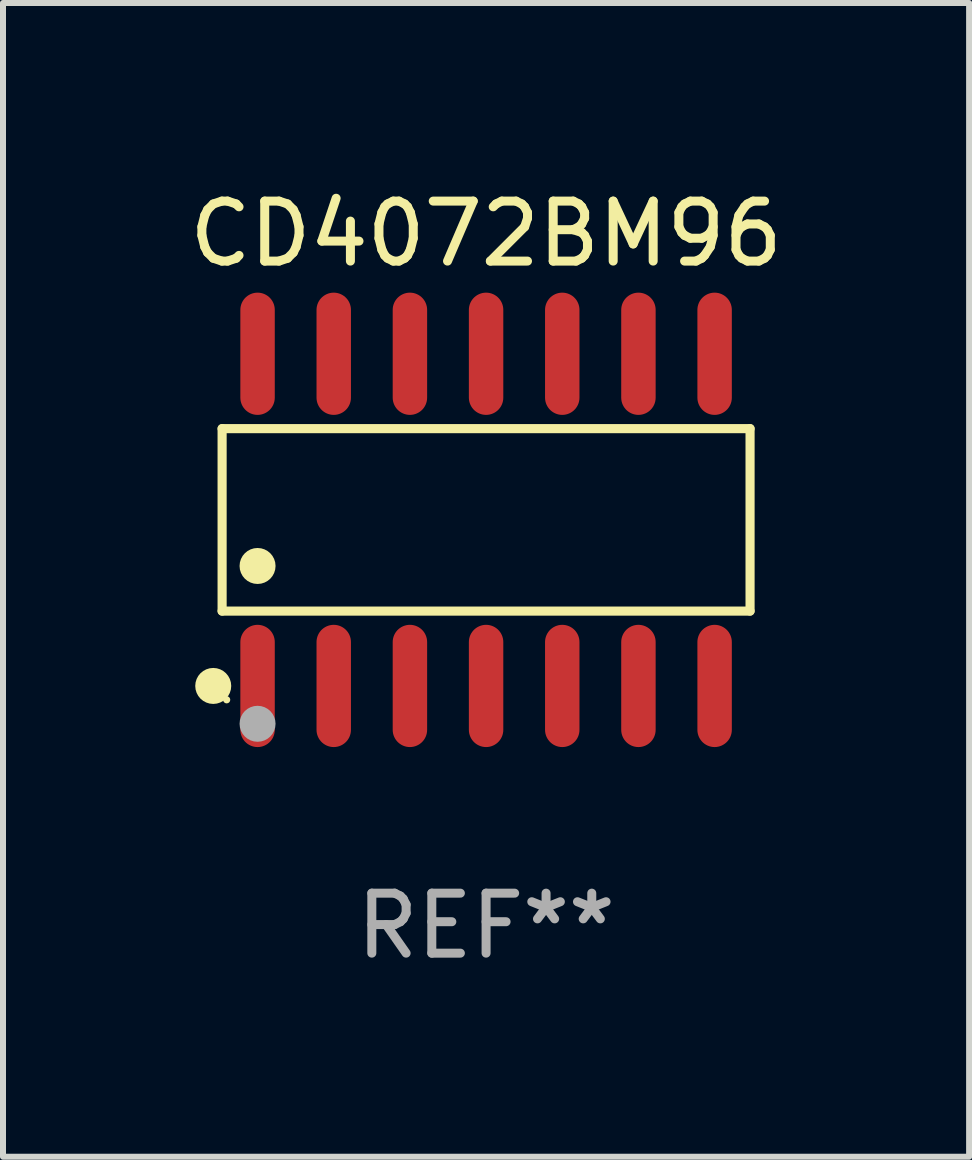
<source format=kicad_pcb>
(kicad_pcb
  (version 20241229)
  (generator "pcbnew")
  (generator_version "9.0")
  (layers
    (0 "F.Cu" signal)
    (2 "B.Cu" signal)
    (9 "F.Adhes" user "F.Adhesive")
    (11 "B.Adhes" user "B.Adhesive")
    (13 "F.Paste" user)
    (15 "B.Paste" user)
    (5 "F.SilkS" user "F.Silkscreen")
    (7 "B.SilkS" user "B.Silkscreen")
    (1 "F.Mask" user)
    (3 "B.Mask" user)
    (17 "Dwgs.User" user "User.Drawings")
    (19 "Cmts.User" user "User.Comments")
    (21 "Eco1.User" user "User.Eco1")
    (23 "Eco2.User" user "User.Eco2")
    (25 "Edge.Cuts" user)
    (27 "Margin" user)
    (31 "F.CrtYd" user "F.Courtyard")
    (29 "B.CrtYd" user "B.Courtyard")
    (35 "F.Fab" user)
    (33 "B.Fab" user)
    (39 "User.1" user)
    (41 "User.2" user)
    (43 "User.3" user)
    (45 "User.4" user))
  (footprint "CD4072BM96"
    (layer "F.Cu")
    (at 5.054 5.617)
    (property "Reference" "CD4072BM96" (at 0 -4.769 0) (layer "F.SilkS") (effects (font (size 1 1) (thickness 0.15))))
    (attr through_hole)
    (fp_line (start -4.401 -1.521) (end 4.401 -1.521) (stroke (width 0.152) (type solid)) (layer "F.SilkS"))
    (fp_line (start -4.401 1.521) (end -4.401 -1.521) (stroke (width 0.152) (type solid)) (layer "F.SilkS"))
    (fp_line (start 4.401 -1.521) (end 4.401 1.521) (stroke (width 0.152) (type solid)) (layer "F.SilkS"))
    (fp_line (start 4.401 1.521) (end -4.401 1.521) (stroke (width 0.152) (type solid)) (layer "F.SilkS"))
    (fp_circle (center -4.549 2.769) (end -4.399 2.769) (stroke (width 0.3) (type solid)) (fill no) (layer "F.SilkS"))
    (fp_circle (center -4.325 3) (end -4.295 3) (stroke (width 0.06) (type solid)) (fill no) (layer "F.SilkS"))
    (fp_circle (center -3.81 0.769) (end -3.66 0.769) (stroke (width 0.3) (type solid)) (fill no) (layer "F.SilkS"))
    (fp_circle (center -3.81 3.4) (end -3.66 3.4) (stroke (width 0.3) (type solid)) (fill no) (layer "F.Fab"))
    (fp_text user "REF**" (at 0 6.769 0) (layer "F.Fab") (effects (font (size 1 1) (thickness 0.15))))
    (pad "1" smd oval (at -3.81 2.769) (size 0.574 2.038) (layers "F.Cu" "F.Mask" "F.Paste"))
    (pad "2" smd oval (at -2.54 2.769) (size 0.574 2.038) (layers "F.Cu" "F.Mask" "F.Paste"))
    (pad "3" smd oval (at -1.27 2.769) (size 0.574 2.038) (layers "F.Cu" "F.Mask" "F.Paste"))
    (pad "4" smd oval (at 0 2.769) (size 0.574 2.038) (layers "F.Cu" "F.Mask" "F.Paste"))
    (pad "5" smd oval (at 1.27 2.769) (size 0.574 2.038) (layers "F.Cu" "F.Mask" "F.Paste"))
    (pad "6" smd oval (at 2.54 2.769) (size 0.574 2.038) (layers "F.Cu" "F.Mask" "F.Paste"))
    (pad "7" smd oval (at 3.81 2.769) (size 0.574 2.038) (layers "F.Cu" "F.Mask" "F.Paste"))
    (pad "8" smd oval (at 3.81 -2.769) (size 0.574 2.038) (layers "F.Cu" "F.Mask" "F.Paste"))
    (pad "9" smd oval (at 2.54 -2.769) (size 0.574 2.038) (layers "F.Cu" "F.Mask" "F.Paste"))
    (pad "10" smd oval (at 1.27 -2.769) (size 0.574 2.038) (layers "F.Cu" "F.Mask" "F.Paste"))
    (pad "11" smd oval (at 0 -2.769) (size 0.574 2.038) (layers "F.Cu" "F.Mask" "F.Paste"))
    (pad "12" smd oval (at -1.27 -2.769) (size 0.574 2.038) (layers "F.Cu" "F.Mask" "F.Paste"))
    (pad "13" smd oval (at -2.54 -2.769) (size 0.574 2.038) (layers "F.Cu" "F.Mask" "F.Paste"))
    (pad "14" smd oval (at -3.81 -2.769) (size 0.574 2.038) (layers "F.Cu" "F.Mask" "F.Paste")))
  (gr_rect
    (start -3 -3)
    (end 13.107 16.235)
    (stroke (width 0.1) (type default))
    (fill no)
    (layer "Edge.Cuts")))
</source>
